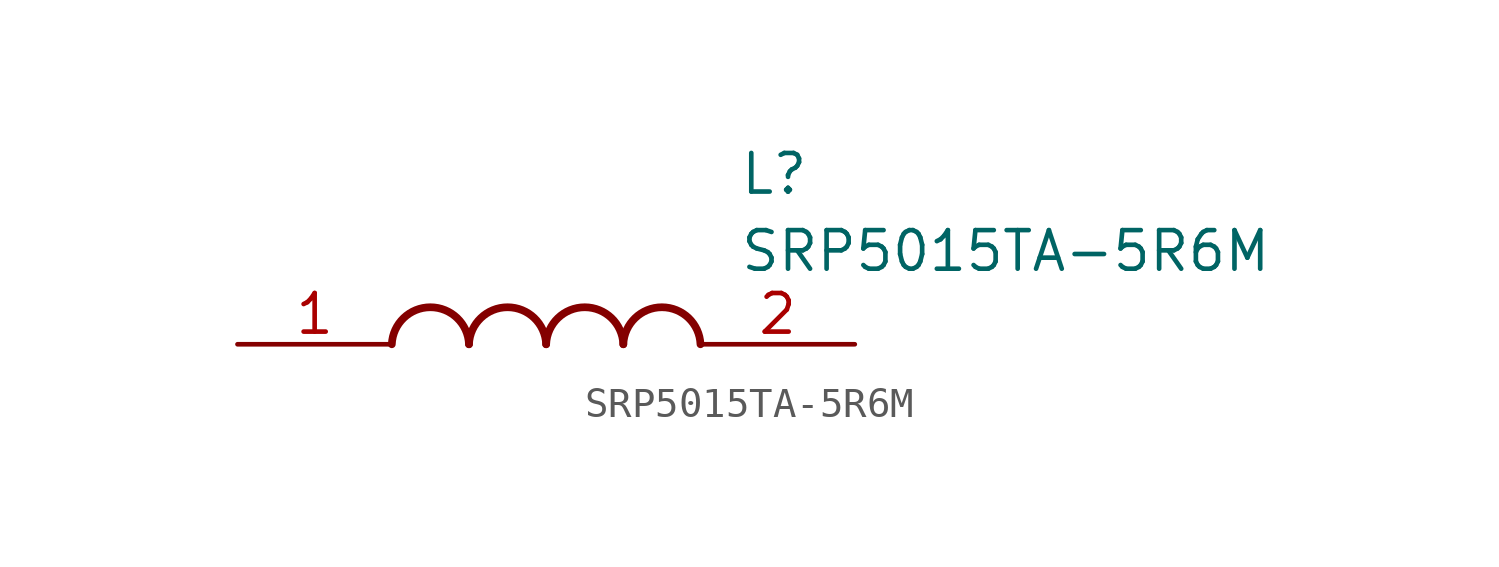
<source format=kicad_sym>
(kicad_symbol_lib
  (version 20211014)
  (generator SamacSys_ECAD_Model)
  (symbol "SRP5015TA-5R6M"
    (pin_names hide)
    (property "Reference" "L"
      (at 16.51 6.35 0)
      (effects (font (size 1.27 1.27)) (justify left top)))
    (property "Value" "SRP5015TA-5R6M"
      (at 16.51 3.81 0)
      (effects (font (size 1.27 1.27)) (justify left top)))
    (arc
      (start 7.62 0)
      (mid 6.35 1.219)
      (end 5.08 0)
      (stroke (width 0.254) (type default))
      (fill (type none)))
    (arc
      (start 10.16 0)
      (mid 8.89 1.219)
      (end 7.62 0)
      (stroke (width 0.254) (type default))
      (fill (type none)))
    (arc
      (start 12.7 0)
      (mid 11.43 1.219)
      (end 10.16 0)
      (stroke (width 0.254) (type default))
      (fill (type none)))
    (arc
      (start 15.24 0)
      (mid 13.97 1.219)
      (end 12.7 0)
      (stroke (width 0.254) (type default))
      (fill (type none)))
    (pin passive line
      (at 0 0 0)
      (length 5.08)
      (name "1" (effects (font (size 1.27 1.27))))
      (number "1" (effects (font (size 1.27 1.27)))))
    (pin passive line
      (at 20.32 0 180)
      (length 5.08)
      (name "2" (effects (font (size 1.27 1.27))))
      (number "2" (effects (font (size 1.27 1.27)))))))
</source>
